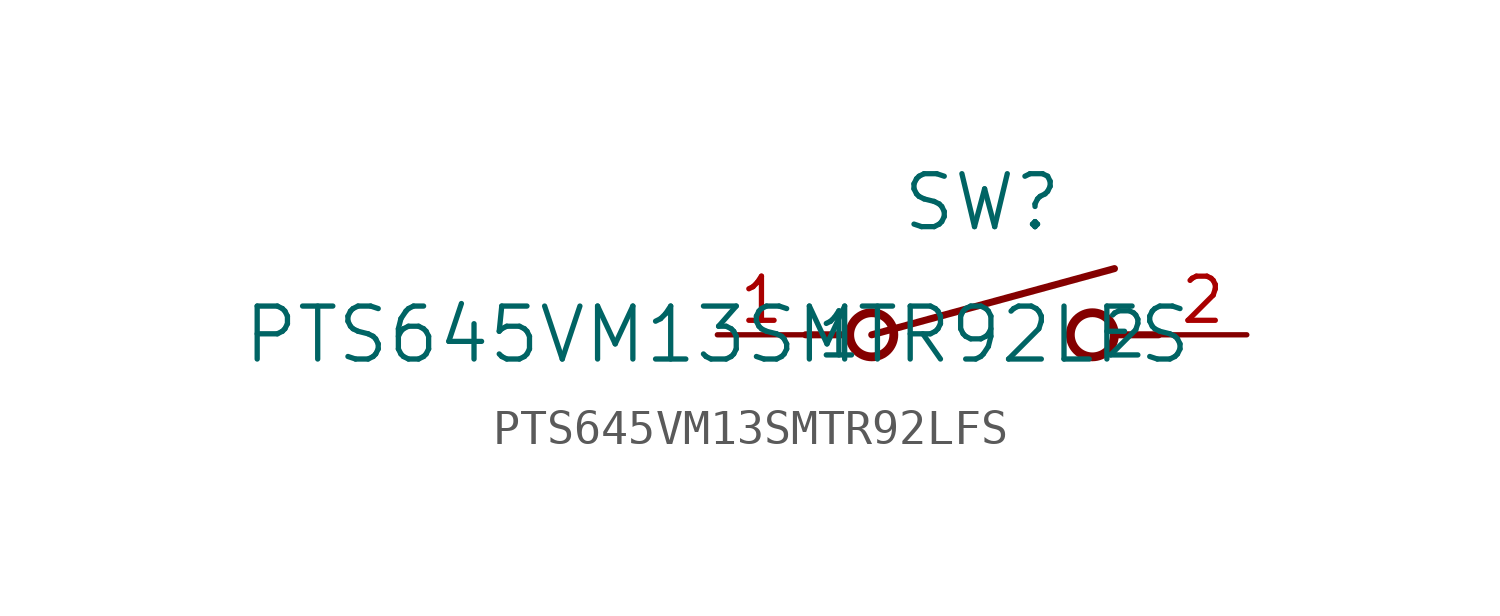
<source format=kicad_sym>
(kicad_symbol_lib
  (version 20211014)
  (generator kicad_symbol_editor)
  (symbol "PTS645VM13SMTR92LFS"
    (pin_names
      (offset 0.254))
    (property "Reference" "SW"
      (at 7.62 3.81 0)
      (effects (font (size 1.524 1.524))))
    (property "Value" "PTS645VM13SMTR92LFS"
      (at 0 0 0)
      (effects (font (size 1.524 1.524))))
    (symbol "PTS645VM13SMTR92LFS_0_1"
      (polyline (pts (xy 2.54 0) (xy 3.81 0)) (stroke (width 0.203) (type default) (color 0 0 0 0)) (fill (type none)))
      (circle (center 10.795 0) (radius 0.635) (stroke (width 0.254) (type default) (color 0 0 0 0)) (fill (type none)))
      (circle (center 4.445 0) (radius 0.635) (stroke (width 0.254) (type default) (color 0 0 0 0)) (fill (type none)))
      (polyline (pts (xy 12.7 0) (xy 11.43 0)) (stroke (width 0.203) (type default) (color 0 0 0 0)) (fill (type none)))
      (polyline (pts (xy 4.445 0) (xy 11.43 1.905)) (stroke (width 0.203) (type default) (color 0 0 0 0)) (fill (type none)))
      (pin unspecified line (at 0 0 0) (length 2.54) (name "1" (effects (font (size 1.27 1.27)))) (number "1" (effects (font (size 1.27 1.27)))))
      (pin unspecified line (at 15.24 0 180) (length 2.54) (name "2" (effects (font (size 1.27 1.27)))) (number "2" (effects (font (size 1.27 1.27))))))))
</source>
